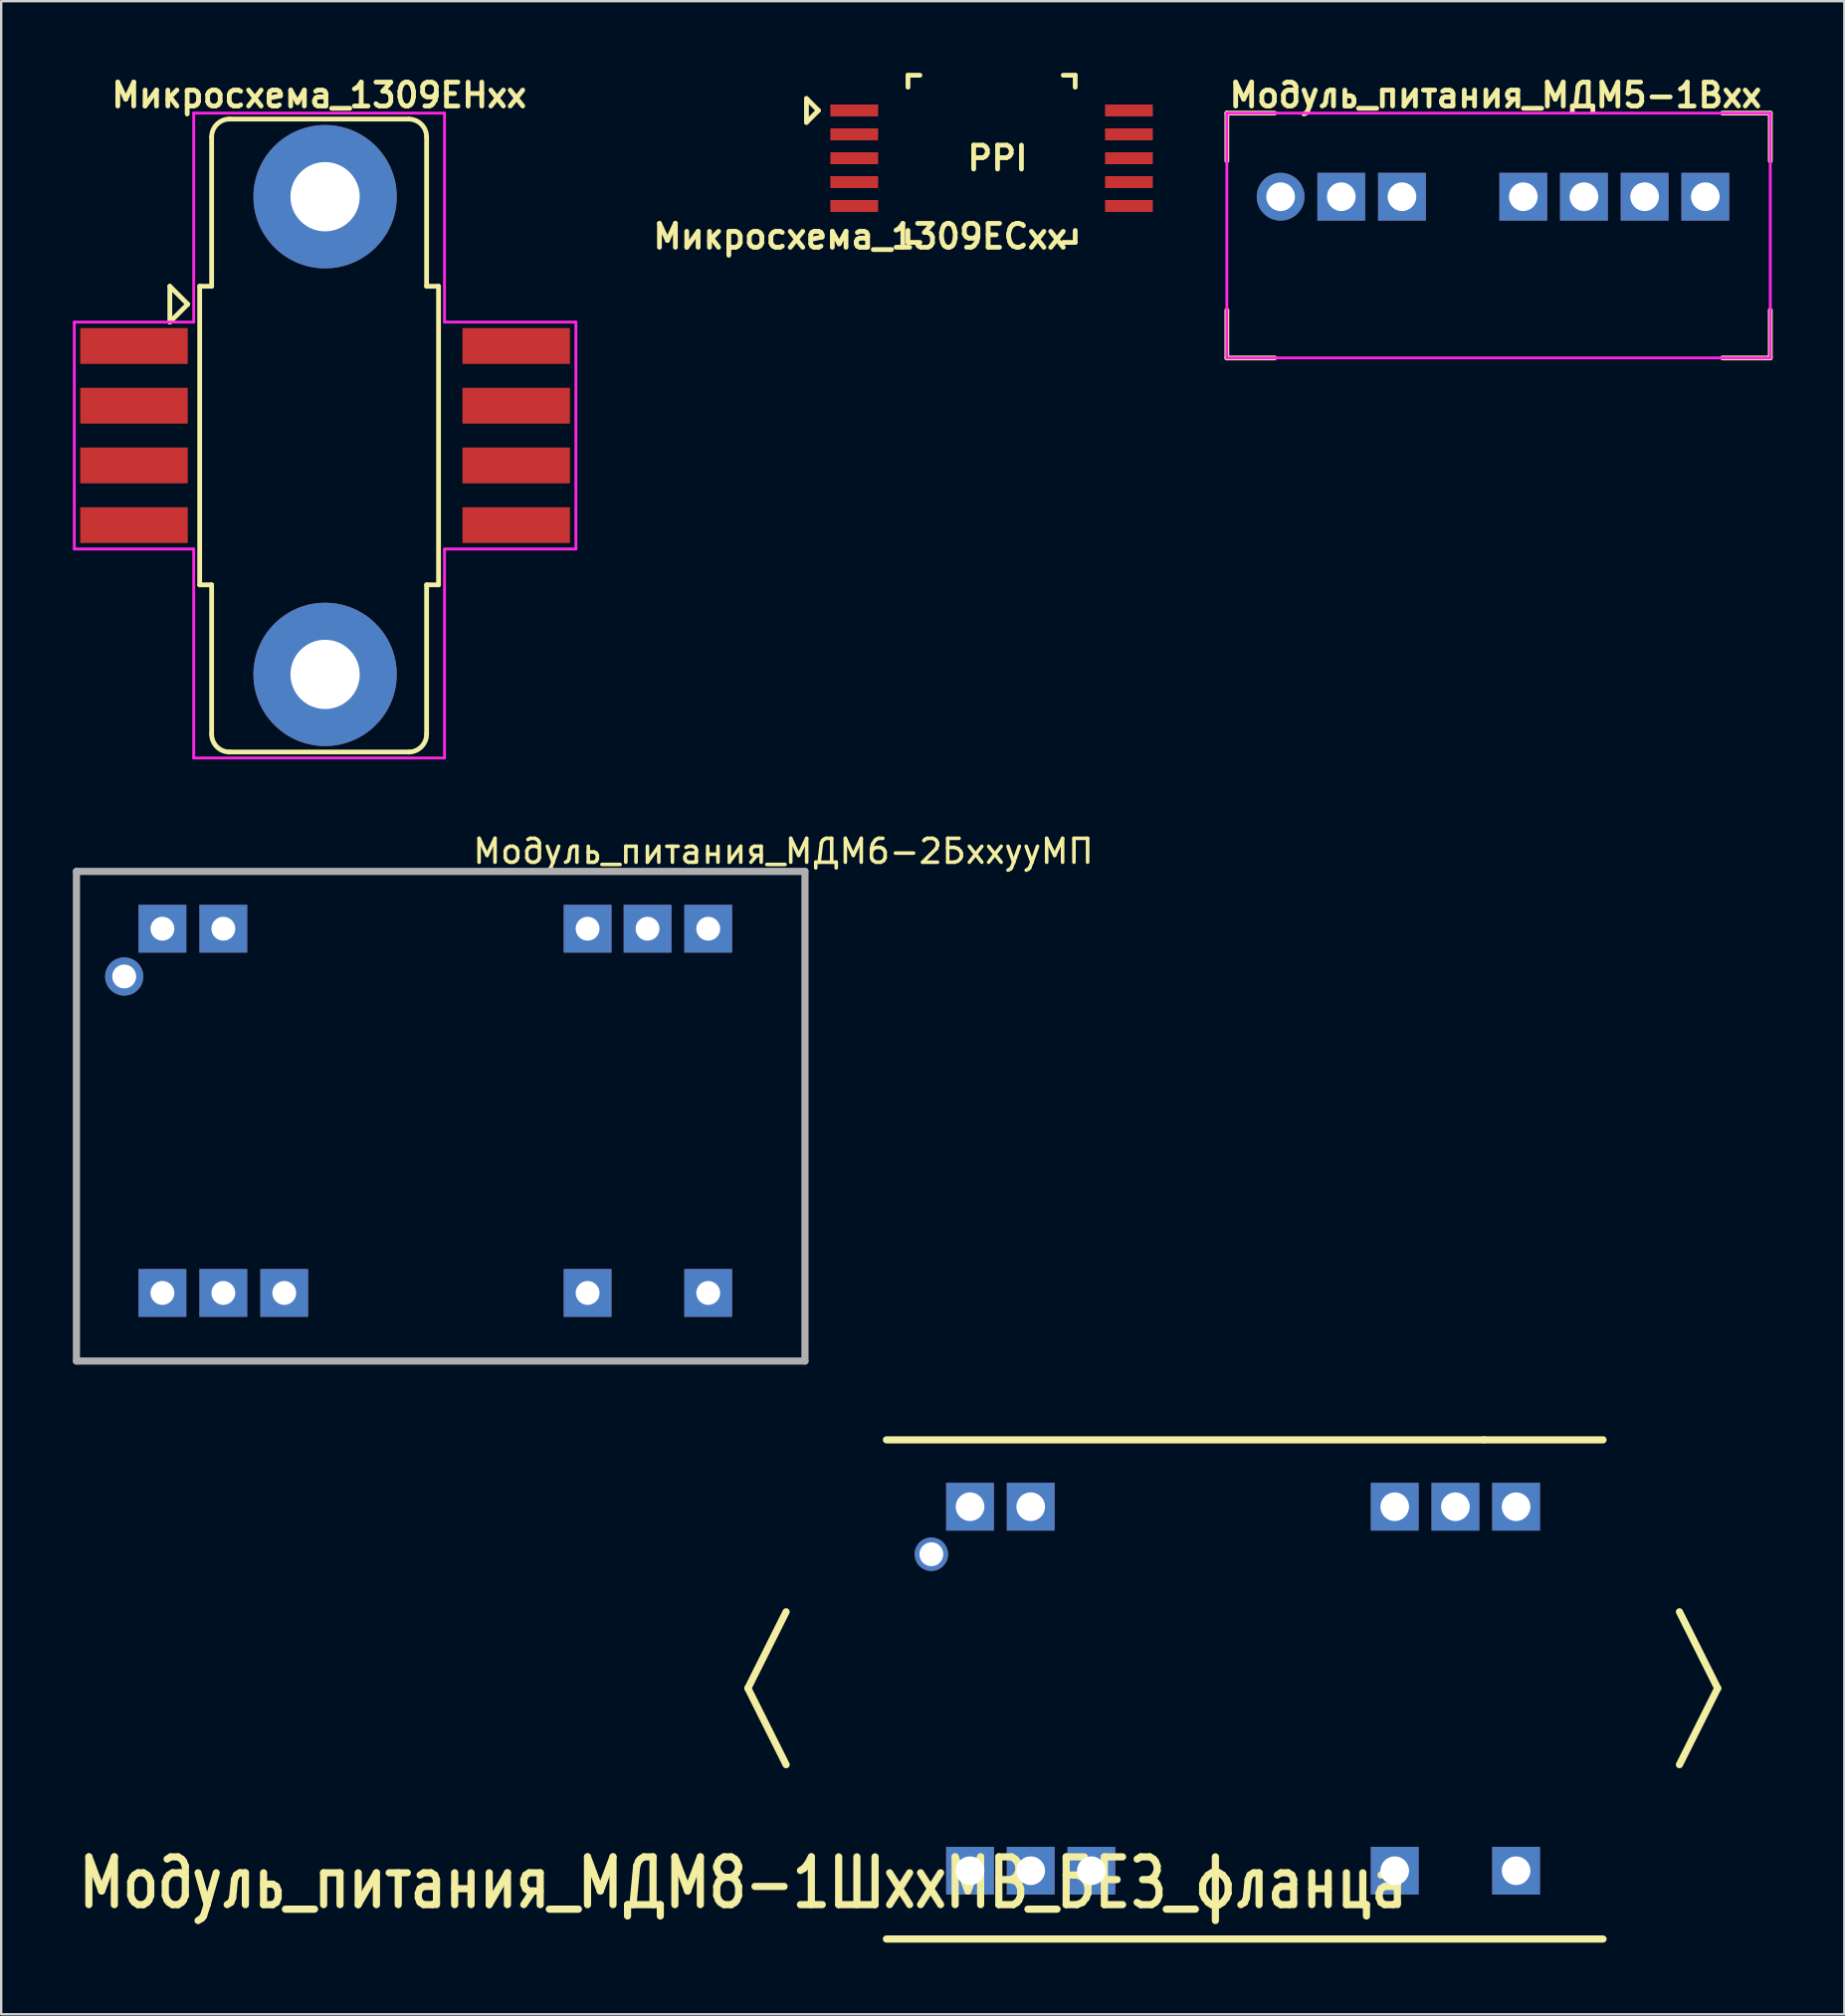
<source format=kicad_pcb>
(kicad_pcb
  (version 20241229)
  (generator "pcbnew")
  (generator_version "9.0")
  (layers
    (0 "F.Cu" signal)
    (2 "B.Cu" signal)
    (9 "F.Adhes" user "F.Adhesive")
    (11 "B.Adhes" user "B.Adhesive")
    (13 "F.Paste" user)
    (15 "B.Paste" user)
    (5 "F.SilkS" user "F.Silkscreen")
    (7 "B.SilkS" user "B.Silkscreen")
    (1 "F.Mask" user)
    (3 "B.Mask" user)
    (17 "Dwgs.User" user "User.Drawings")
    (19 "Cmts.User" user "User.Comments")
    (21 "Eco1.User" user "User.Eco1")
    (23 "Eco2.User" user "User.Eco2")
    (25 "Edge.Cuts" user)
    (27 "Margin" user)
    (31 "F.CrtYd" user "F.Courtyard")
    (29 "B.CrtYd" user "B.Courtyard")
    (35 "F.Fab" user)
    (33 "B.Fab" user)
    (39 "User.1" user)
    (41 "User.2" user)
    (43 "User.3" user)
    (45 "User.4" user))
  (footprint "Микросхема_1309ЕСхх"
    (layer "F.Cu")
    (at 38.463 3.6)
    (property "Reference" "Микросхема_1309ЕСхх" (at -5.5 3.25 180) (layer "F.SilkS") (effects (font (size 1 1) (thickness 0.2))))
    (attr through_hole)
    (fp_line (start -7.75 -2.525) (end -7.75 -1.525) (stroke (width 0.2) (type solid)) (layer "F.SilkS"))
    (fp_line (start -7.25 -2.025) (end -7.75 -2.525) (stroke (width 0.2) (type solid)) (layer "F.SilkS"))
    (fp_line (start -7.25 -2.025) (end -7.75 -1.525) (stroke (width 0.2) (type solid)) (layer "F.SilkS"))
    (fp_line (start -3.5 -3.5) (end -3 -3.5) (stroke (width 0.2) (type solid)) (layer "F.SilkS"))
    (fp_line (start -3.5 -3) (end -3.5 -3.5) (stroke (width 0.2) (type solid)) (layer "F.SilkS"))
    (fp_line (start -3.5 3) (end -3.5 3.5) (stroke (width 0.2) (type solid)) (layer "F.SilkS"))
    (fp_line (start -3.5 3.5) (end -3 3.5) (stroke (width 0.2) (type solid)) (layer "F.SilkS"))
    (fp_line (start 3 -3.5) (end 3.5 -3.5) (stroke (width 0.2) (type solid)) (layer "F.SilkS"))
    (fp_line (start 3.5 -3.5) (end 3.5 -3) (stroke (width 0.2) (type solid)) (layer "F.SilkS"))
    (fp_line (start 3.5 3) (end 3.5 3.5) (stroke (width 0.2) (type solid)) (layer "F.SilkS"))
    (fp_line (start 3.5 3.5) (end 3 3.5) (stroke (width 0.2) (type solid)) (layer "F.SilkS"))
    (fp_text user "PPI" (at 0.25 -0.025 180) (layer "F.SilkS") (effects (font (size 1 1) (thickness 0.2))))
    (pad "1" smd rect (at -5.75 -2.025) (size 2 0.5) (layers "F.Cu" "F.Mask" "F.Paste"))
    (pad "2" smd rect (at -5.75 -1.025) (size 2 0.5) (layers "F.Cu" "F.Mask" "F.Paste"))
    (pad "3" smd rect (at -5.75 0.975) (size 2 0.5) (layers "F.Cu" "F.Mask" "F.Paste"))
    (pad "4" smd rect (at -5.75 1.975) (size 2 0.5) (layers "F.Cu" "F.Mask" "F.Paste"))
    (pad "5" smd rect (at 5.75 1.975) (size 2 0.5) (layers "F.Cu" "F.Mask" "F.Paste"))
    (pad "6" smd rect (at 5.75 0.975) (size 2 0.5) (layers "F.Cu" "F.Mask" "F.Paste"))
    (pad "7" smd rect (at 5.75 -1.025) (size 2 0.5) (layers "F.Cu" "F.Mask" "F.Paste"))
    (pad "8" smd rect (at 5.75 -2.025) (size 2 0.5) (layers "F.Cu" "F.Mask" "F.Paste"))
    (pad "9" smd rect (at -5.75 -0.025) (size 2 0.5) (layers "F.Cu" "F.Mask" "F.Paste"))
    (pad "10" smd rect (at 5.75 -0.025) (size 2 0.5) (layers "F.Cu" "F.Mask" "F.Paste")))
  (footprint "Модуль_питания_МДМ5-1Вxx"
    (layer "F.Cu")
    (at 50.563 5.186)
    (property "Reference" "Модуль_питания_МДМ5-1Вxx" (at 9 -4.25 0) (layer "F.SilkS") (effects (font (size 1 1) (thickness 0.2))))
    (attr through_hole)
    (fp_line (start -2.25 -3.5) (end -0.25 -3.5) (stroke (width 0.2) (type solid)) (layer "F.SilkS"))
    (fp_line (start -2.25 -1.5) (end -2.25 -3.5) (stroke (width 0.2) (type solid)) (layer "F.SilkS"))
    (fp_line (start -2.25 6.75) (end -2.25 4.75) (stroke (width 0.2) (type solid)) (layer "F.SilkS"))
    (fp_line (start -2.25 6.75) (end -0.25 6.75) (stroke (width 0.2) (type solid)) (layer "F.SilkS"))
    (fp_line (start 20.5 -3.5) (end 18.5 -3.5) (stroke (width 0.2) (type solid)) (layer "F.SilkS"))
    (fp_line (start 20.5 -1.5) (end 20.5 -3.5) (stroke (width 0.2) (type solid)) (layer "F.SilkS"))
    (fp_line (start 20.5 6.75) (end 18.5 6.75) (stroke (width 0.2) (type solid)) (layer "F.SilkS"))
    (fp_line (start 20.5 6.75) (end 20.5 4.75) (stroke (width 0.2) (type solid)) (layer "F.SilkS"))
    (fp_line (start -2.25 -3.5) (end 20.5 -3.5) (stroke (width 0.12) (type solid)) (layer "F.CrtYd"))
    (fp_line (start -2.25 6.75) (end -2.25 -3.5) (stroke (width 0.12) (type solid)) (layer "F.CrtYd"))
    (fp_line (start 20.5 -3.5) (end 20.5 6.75) (stroke (width 0.12) (type solid)) (layer "F.CrtYd"))
    (fp_line (start 20.5 6.75) (end -2.25 6.75) (stroke (width 0.12) (type solid)) (layer "F.CrtYd"))
    (pad "1" thru_hole circle (at 0 0) (size 2 2) (drill 1.2) (layers "*.Cu" "*.Mask"))
    (pad "2" thru_hole rect (at 2.54 0) (size 2 2) (drill 1.2) (layers "*.Cu" "*.Mask"))
    (pad "3" thru_hole rect (at 5.08 0) (size 2 2) (drill 1.2) (layers "*.Cu" "*.Mask"))
    (pad "5" thru_hole rect (at 10.16 0) (size 2 2) (drill 1.2) (layers "*.Cu" "*.Mask"))
    (pad "6" thru_hole rect (at 12.7 0) (size 2 2) (drill 1.2) (layers "*.Cu" "*.Mask"))
    (pad "7" thru_hole rect (at 15.24 0) (size 2 2) (drill 1.2) (layers "*.Cu" "*.Mask"))
    (pad "8" thru_hole rect (at 17.78 0) (size 2 2) (drill 1.2) (layers "*.Cu" "*.Mask")))
  (footprint "Модуль_питания_МДМ8-1ШххМВ_БЕЗ_фланца"
    (layer "F.Cu")
    (at 37.561 60.034)
    (property "Reference" "Модуль_питания_МДМ8-1ШххМВ_БЕЗ_фланца" (at -9.5 15.75 0) (layer "F.SilkS") (effects (font (size 2 1.6) (thickness 0.3))))
    (attr through_hole)
    (fp_line (start -9.3 7.6) (end -7.7 4.4) (stroke (width 0.3) (type solid)) (layer "F.SilkS"))
    (fp_line (start -9.3 7.6) (end -7.7 10.8) (stroke (width 0.3) (type solid)) (layer "F.SilkS"))
    (fp_line (start -3.5 -2.8) (end 21.5 -2.8) (stroke (width 0.3) (type solid)) (layer "F.SilkS"))
    (fp_line (start 21.5 -2.8) (end 26.5 -2.8) (stroke (width 0.3) (type solid)) (layer "F.SilkS"))
    (fp_line (start 26.5 18.1) (end -3.5 18.1) (stroke (width 0.3) (type solid)) (layer "F.SilkS"))
    (fp_line (start 31.3 7.6) (end 29.7 4.4) (stroke (width 0.3) (type solid)) (layer "F.SilkS"))
    (fp_line (start 31.3 7.6) (end 29.7 10.8) (stroke (width 0.3) (type solid)) (layer "F.SilkS"))
    (pad "2" thru_hole rect (at 0 15.24) (size 2 2) (drill 1.2) (layers "*.Cu" "*.Mask"))
    (pad "3" thru_hole rect (at 2.54 15.24) (size 2 2) (drill 1.2) (layers "*.Cu" "*.Mask"))
    (pad "4" thru_hole rect (at 5.08 15.24) (size 2 2) (drill 1.2) (layers "*.Cu" "*.Mask"))
    (pad "9" thru_hole rect (at 17.78 15.24) (size 2 2) (drill 1.2) (layers "*.Cu" "*.Mask"))
    (pad "11" thru_hole rect (at 22.86 15.24) (size 2 2) (drill 1.2) (layers "*.Cu" "*.Mask"))
    (pad "14" thru_hole rect (at 22.86 0) (size 2 2) (drill 1.2) (layers "*.Cu" "*.Mask"))
    (pad "15" thru_hole rect (at 20.32 0) (size 2 2) (drill 1.2) (layers "*.Cu" "*.Mask"))
    (pad "16" thru_hole rect (at 17.78 0) (size 2 2) (drill 1.2) (layers "*.Cu" "*.Mask"))
    (pad "22" thru_hole rect (at 2.54 0) (size 2 2) (drill 1.2) (layers "*.Cu" "*.Mask"))
    (pad "23" thru_hole rect (at 0 0) (size 2 2) (drill 1.2) (layers "*.Cu" "*.Mask"))
    (pad "24" thru_hole circle (at -1.62 1.99) (size 1.4 1.4) (drill 1) (layers "*.Cu" "*.Mask")))
  (footprint "Модуль_питания_МДМ6-2БххууМП"
    (layer "F.Cu")
    (at 3.71 51.009)
    (property "Reference" "Модуль_питания_МДМ6-2БххууМП" (at 26.035 -18.415 0) (layer "F.SilkS") (effects (font (size 1 1) (thickness 0.15))))
    (attr through_hole)
    (fp_line (start -3.56 -17.575) (end -3.56 2.925) (stroke (width 0.3) (type solid)) (layer "F.Fab"))
    (fp_line (start -3.56 2.925) (end 26.94 2.925) (stroke (width 0.3) (type solid)) (layer "F.Fab"))
    (fp_line (start 26.94 -17.575) (end -3.56 -17.575) (stroke (width 0.3) (type solid)) (layer "F.Fab"))
    (fp_line (start 26.94 2.925) (end 26.94 -17.575) (stroke (width 0.3) (type solid)) (layer "F.Fab"))
    (pad "2" thru_hole rect (at 0.04 0.075 180) (size 2 2) (drill 1) (layers "*.Cu" "*.Paste" "*.Mask"))
    (pad "3" thru_hole rect (at 2.59 0.075 180) (size 2 2) (drill 1) (layers "*.Cu" "*.Paste" "*.Mask"))
    (pad "4" thru_hole rect (at 5.14 0.075 180) (size 2 2) (drill 1) (layers "*.Cu" "*.Paste" "*.Mask"))
    (pad "9" thru_hole rect (at 17.84 0.075 180) (size 2 2) (drill 1) (layers "*.Cu" "*.Paste" "*.Mask"))
    (pad "11" thru_hole rect (at 22.89 0.075 180) (size 2 2) (drill 1) (layers "*.Cu" "*.Paste" "*.Mask"))
    (pad "14" thru_hole rect (at 22.89 -15.175 180) (size 2 2) (drill 1) (layers "*.Cu" "*.Paste" "*.Mask"))
    (pad "15" thru_hole rect (at 20.35 -15.175 180) (size 2 2) (drill 1) (layers "*.Cu" "*.Paste" "*.Mask"))
    (pad "16" thru_hole rect (at 17.84 -15.175 180) (size 2 2) (drill 1) (layers "*.Cu" "*.Paste" "*.Mask"))
    (pad "22" thru_hole rect (at 2.59 -15.175 180) (size 2 2) (drill 1) (layers "*.Cu" "*.Paste" "*.Mask"))
    (pad "23" thru_hole rect (at 0.04 -15.175 180) (size 2 2) (drill 1) (layers "*.Cu" "*.Paste" "*.Mask"))
    (pad "24" thru_hole circle (at -1.56 -13.175 180) (size 1.6 1.6) (drill 1) (layers "*.Cu" "*.Paste" "*.Mask")))
  (footprint "Микросхема_1309EHxx"
    (layer "F.Cu")
    (at 10.56 15.186)
    (property "Reference" "Микросхема_1309EHxx" (at -0.25 -14.25 0) (layer "F.SilkS") (effects (font (size 1 1) (thickness 0.2))))
    (attr through_hole)
    (fp_line (start -6.5 -6.25) (end -6.5 -4.75) (stroke (width 0.2) (type solid)) (layer "F.SilkS"))
    (fp_line (start -6.5 -4.75) (end -5.75 -5.5) (stroke (width 0.2) (type solid)) (layer "F.SilkS"))
    (fp_line (start -5.75 -5.5) (end -6.5 -6.25) (stroke (width 0.2) (type solid)) (layer "F.SilkS"))
    (fp_line (start -5.25 -6.25) (end -5.25 6.25) (stroke (width 0.2) (type solid)) (layer "F.SilkS"))
    (fp_line (start -5.25 -6.25) (end -4.75 -6.25) (stroke (width 0.2) (type solid)) (layer "F.SilkS"))
    (fp_line (start -5.25 6.25) (end -4.75 6.25) (stroke (width 0.2) (type solid)) (layer "F.SilkS"))
    (fp_line (start -4.75 -12.5) (end -4.75 -6.25) (stroke (width 0.2) (type solid)) (layer "F.SilkS"))
    (fp_line (start -4.75 12.5) (end -4.75 6.25) (stroke (width 0.2) (type solid)) (layer "F.SilkS"))
    (fp_line (start -4 -13.25) (end 3.5 -13.25) (stroke (width 0.2) (type solid)) (layer "F.SilkS"))
    (fp_line (start -4 13.25) (end 3.5 13.25) (stroke (width 0.2) (type solid)) (layer "F.SilkS"))
    (fp_line (start 4.25 -12.5) (end 4.25 -6.25) (stroke (width 0.2) (type solid)) (layer "F.SilkS"))
    (fp_line (start 4.25 -6.25) (end 4.75 -6.25) (stroke (width 0.2) (type solid)) (layer "F.SilkS"))
    (fp_line (start 4.25 6.25) (end 4.75 6.25) (stroke (width 0.2) (type solid)) (layer "F.SilkS"))
    (fp_line (start 4.25 12.5) (end 4.25 6.25) (stroke (width 0.2) (type solid)) (layer "F.SilkS"))
    (fp_line (start 4.75 6.25) (end 4.75 -6.25) (stroke (width 0.2) (type solid)) (layer "F.SilkS"))
    (fp_arc (start -4.75 -12.5) (mid -4.53033 -13.03033) (end -4 -13.25) (stroke (width 0.2) (type solid)) (layer "F.SilkS"))
    (fp_arc (start -4 13.25) (mid -4.53033 13.03033) (end -4.75 12.5) (stroke (width 0.2) (type solid)) (layer "F.SilkS"))
    (fp_arc (start 3.5 -13.25) (mid 4.03033 -13.03033) (end 4.25 -12.5) (stroke (width 0.2) (type solid)) (layer "F.SilkS"))
    (fp_arc (start 4.25 12.5) (mid 4.03033 13.03033) (end 3.5 13.25) (stroke (width 0.2) (type solid)) (layer "F.SilkS"))
    (fp_line (start -10.5 -4.75) (end -5.5 -4.75) (stroke (width 0.12) (type solid)) (layer "F.CrtYd"))
    (fp_line (start -10.5 4.75) (end -10.5 -4.75) (stroke (width 0.12) (type solid)) (layer "F.CrtYd"))
    (fp_line (start -5.5 -13.5) (end 5 -13.5) (stroke (width 0.12) (type solid)) (layer "F.CrtYd"))
    (fp_line (start -5.5 -4.75) (end -5.5 -13.5) (stroke (width 0.12) (type solid)) (layer "F.CrtYd"))
    (fp_line (start -5.5 4.75) (end -10.5 4.75) (stroke (width 0.12) (type solid)) (layer "F.CrtYd"))
    (fp_line (start -5.5 13.5) (end -5.5 4.75) (stroke (width 0.12) (type solid)) (layer "F.CrtYd"))
    (fp_line (start 5 -13.5) (end 5 -4.75) (stroke (width 0.12) (type solid)) (layer "F.CrtYd"))
    (fp_line (start 5 -4.75) (end 10.5 -4.75) (stroke (width 0.12) (type solid)) (layer "F.CrtYd"))
    (fp_line (start 5 4.75) (end 5 13.5) (stroke (width 0.12) (type solid)) (layer "F.CrtYd"))
    (fp_line (start 5 13.5) (end -5.5 13.5) (stroke (width 0.12) (type solid)) (layer "F.CrtYd"))
    (fp_line (start 10.5 -4.75) (end 10.5 4.75) (stroke (width 0.12) (type solid)) (layer "F.CrtYd"))
    (fp_line (start 10.5 4.75) (end 5 4.75) (stroke (width 0.12) (type solid)) (layer "F.CrtYd"))
    (pad "" thru_hole circle (at 0 -10) (size 6 6) (drill 2.9) (layers "*.Cu" "*.Mask"))
    (pad "" thru_hole circle (at 0 10) (size 6 6) (drill 2.9) (layers "*.Cu" "*.Mask"))
    (pad "2" smd rect (at -8 -3.75) (size 4.5 1.5) (layers "F.Cu" "F.Mask" "F.Paste"))
    (pad "4" smd rect (at -8 -1.25) (size 4.5 1.5) (layers "F.Cu" "F.Mask" "F.Paste"))
    (pad "6" smd rect (at -8 1.25) (size 4.5 1.5) (layers "F.Cu" "F.Mask" "F.Paste"))
    (pad "8" smd rect (at -8 3.75) (size 4.5 1.5) (layers "F.Cu" "F.Mask" "F.Paste"))
    (pad "11" smd rect (at 8 3.75) (size 4.5 1.5) (layers "F.Cu" "F.Mask" "F.Paste"))
    (pad "13" smd rect (at 8 1.25) (size 4.5 1.5) (layers "F.Cu" "F.Mask" "F.Paste"))
    (pad "15" smd rect (at 8 -1.25) (size 4.5 1.5) (layers "F.Cu" "F.Mask" "F.Paste"))
    (pad "17" smd rect (at 8 -3.75) (size 4.5 1.5) (layers "F.Cu" "F.Mask" "F.Paste")))
  (gr_rect
    (start -3 -3)
    (end 74.163 81.284)
    (stroke (width 0.1) (type default))
    (fill no)
    (layer "Edge.Cuts")))
</source>
